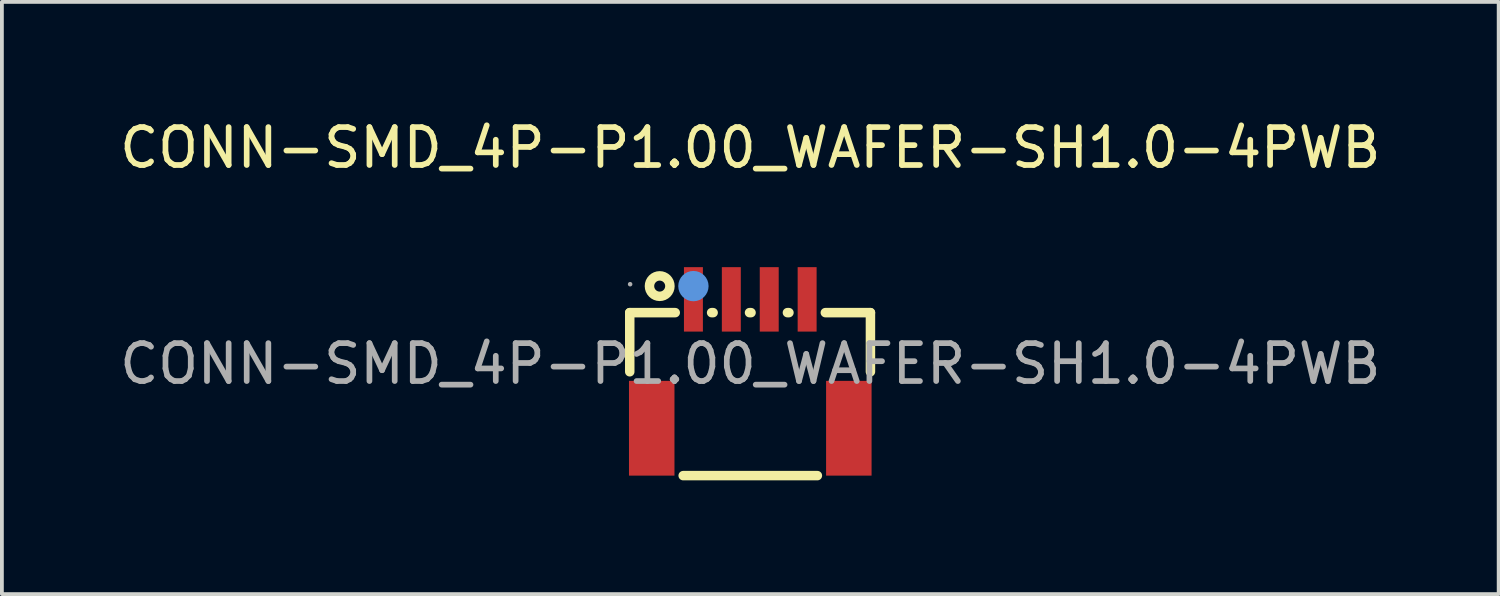
<source format=kicad_pcb>
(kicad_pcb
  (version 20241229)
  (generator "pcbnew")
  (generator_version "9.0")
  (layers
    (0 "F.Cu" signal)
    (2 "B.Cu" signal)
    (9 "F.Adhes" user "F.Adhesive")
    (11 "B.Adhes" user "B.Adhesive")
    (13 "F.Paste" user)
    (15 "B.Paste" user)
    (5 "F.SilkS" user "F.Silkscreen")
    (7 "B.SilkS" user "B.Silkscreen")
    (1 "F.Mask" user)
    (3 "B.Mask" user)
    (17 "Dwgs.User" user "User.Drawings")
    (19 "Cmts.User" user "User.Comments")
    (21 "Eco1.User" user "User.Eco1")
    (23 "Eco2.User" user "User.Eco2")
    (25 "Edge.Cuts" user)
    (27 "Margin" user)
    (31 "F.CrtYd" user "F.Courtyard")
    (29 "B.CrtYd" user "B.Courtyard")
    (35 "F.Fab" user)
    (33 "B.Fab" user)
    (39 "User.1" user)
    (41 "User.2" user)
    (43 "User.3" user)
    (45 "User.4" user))
  (footprint "CONN-SMD_4P-P1.00_WAFER-SH1.0-4PWB"
    (layer "F.Cu")
    (at 16.744 6.548)
    (property "Reference" "CONN-SMD_4P-P1.00_WAFER-SH1.0-4PWB" (at 0 -5.7 0) (layer "F.SilkS") (effects (font (size 1 1) (thickness 0.15))))
    (attr smd)
    (fp_line (start -3.18 -1.35) (end -3.18 0.21) (stroke (width 0.25) (type solid)) (layer "F.SilkS"))
    (fp_line (start -1.98 -1.35) (end -3.18 -1.35) (stroke (width 0.25) (type solid)) (layer "F.SilkS"))
    (fp_line (start -1.77 2.95) (end 1.77 2.95) (stroke (width 0.25) (type solid)) (layer "F.SilkS"))
    (fp_line (start -0.98 -1.35) (end -1.02 -1.35) (stroke (width 0.25) (type solid)) (layer "F.SilkS"))
    (fp_line (start 0.02 -1.35) (end -0.02 -1.35) (stroke (width 0.25) (type solid)) (layer "F.SilkS"))
    (fp_line (start 1.02 -1.35) (end 0.98 -1.35) (stroke (width 0.25) (type solid)) (layer "F.SilkS"))
    (fp_line (start 1.98 -1.35) (end 3.17 -1.35) (stroke (width 0.25) (type solid)) (layer "F.SilkS"))
    (fp_line (start 3.17 -1.35) (end 3.17 0.21) (stroke (width 0.25) (type solid)) (layer "F.SilkS"))
    (fp_circle (center -2.39 -2.05) (end -2.12 -2.05) (stroke (width 0.25) (type solid)) (fill no) (layer "F.SilkS"))
    (fp_circle (center -1.5 -2.05) (end -1.3 -2.05) (stroke (width 0.4) (type solid)) (fill no) (layer "Cmts.User"))
    (fp_circle (center -3.17 -2.1) (end -3.14 -2.1) (stroke (width 0.06) (type solid)) (fill no) (layer "F.Fab"))
    (fp_text user "${REFERENCE}" (at 0 0 0) (layer "F.Fab") (effects (font (size 1 1) (thickness 0.15))))
    (pad "1" smd rect (at -1.5 -1.7) (size 0.5 1.7) (layers "F.Cu" "F.Mask" "F.Paste"))
    (pad "2" smd rect (at -0.5 -1.7) (size 0.5 1.7) (layers "F.Cu" "F.Mask" "F.Paste"))
    (pad "3" smd rect (at 0.5 -1.7) (size 0.5 1.7) (layers "F.Cu" "F.Mask" "F.Paste"))
    (pad "4" smd rect (at 1.5 -1.7) (size 0.5 1.7) (layers "F.Cu" "F.Mask" "F.Paste"))
    (pad "5" smd rect (at -2.6 1.7) (size 1.2 2.5) (layers "F.Cu" "F.Mask" "F.Paste"))
    (pad "6" smd rect (at 2.6 1.7) (size 1.2 2.5) (layers "F.Cu" "F.Mask" "F.Paste")))
  (gr_rect
    (start -3 -3)
    (end 36.488 12.623)
    (stroke (width 0.1) (type default))
    (fill no)
    (layer "Edge.Cuts")))
</source>
